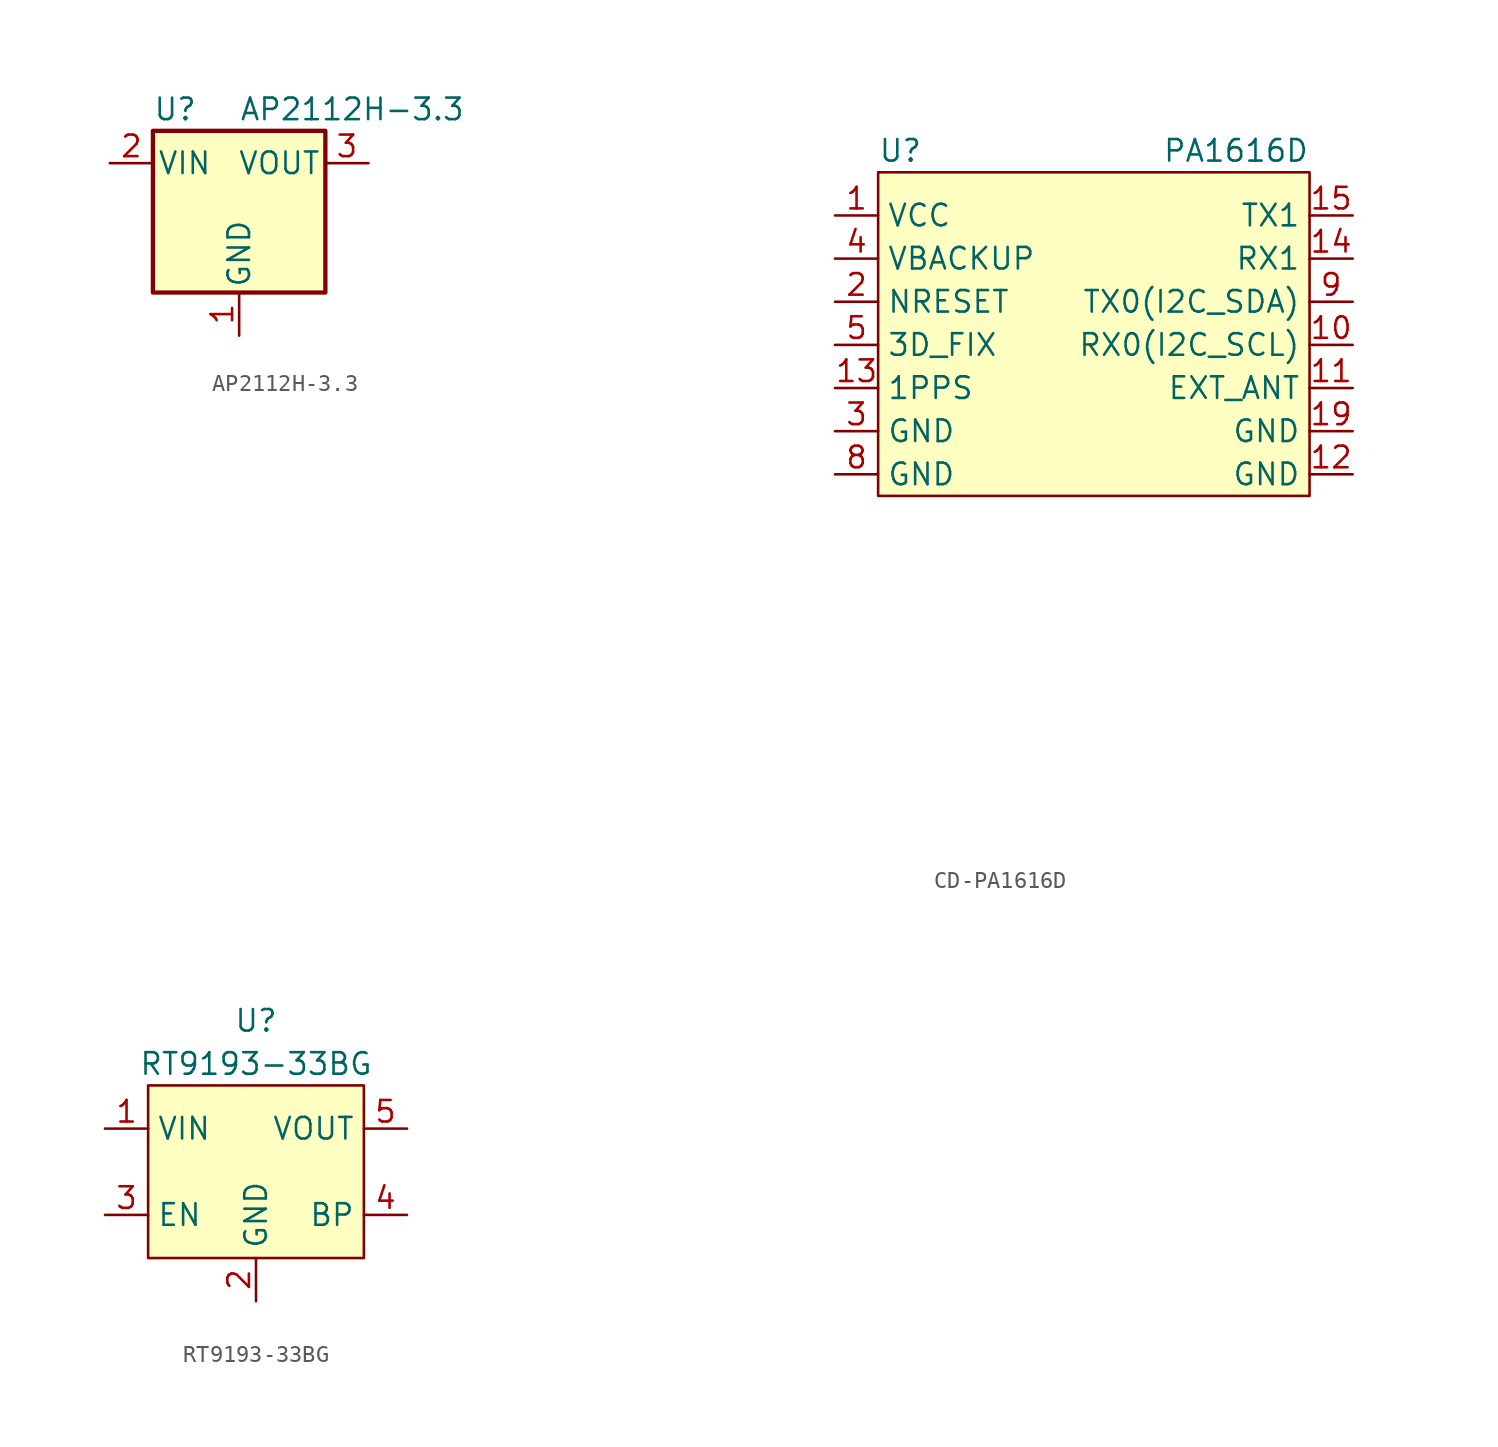
<source format=kicad_sym>
(kicad_symbol_lib
  (version 20220914)
  (generator kicad_symbol_editor)
  (symbol "AP2112H-3.3"
    (pin_names
      (offset 0.254))
    (property "Reference" "U"
      (at -5.08 5.715 0)
      (effects (font (size 1.27 1.27)) (justify left)))
    (property "Value" "AP2112H-3.3"
      (at 0 5.715 0)
      (effects (font (size 1.27 1.27)) (justify left)))
    (symbol "AP2112H-3.3_0_1"
      (rectangle (start -5.08 4.445) (end 5.08 -5.08) (stroke (width 0.254) (type default)) (fill (type background))))
    (symbol "AP2112H-3.3_1_1"
      (pin power_in line (at 0 -7.62 90) (length 2.54) (name "GND" (effects (font (size 1.27 1.27)))) (number "1" (effects (font (size 1.27 1.27)))))
      (pin power_in line (at -7.62 2.54 0) (length 2.54) (name "VIN" (effects (font (size 1.27 1.27)))) (number "2" (effects (font (size 1.27 1.27)))))
      (pin power_out line (at 7.62 2.54 180) (length 2.54) (name "VOUT" (effects (font (size 1.27 1.27)))) (number "3" (effects (font (size 1.27 1.27)))))
      (pin no_connect line (at 5.08 0 180) (length 2.54) hide (name "NC" (effects (font (size 1.27 1.27)))) (number "4" (effects (font (size 1.27 1.27)))))))
  (symbol "CD-PA1616D"
    (property "Reference" "U"
      (at -12.7 11.43 0)
      (effects (font (size 1.27 1.27)) (justify left)))
    (property "Value" "PA1616D"
      (at 12.7 11.43 0)
      (effects (font (size 1.27 1.27)) (justify right)))
    (symbol "CD-PA1616D_0_1"
      (rectangle (start -12.7 10.16) (end 12.7 -8.89) (stroke (width 0) (type default)) (fill (type background))))
    (symbol "CD-PA1616D_1_0"
      (pin power_in line (at 15.24 -7.62 180) (length 2.54) (name "GND" (effects (font (size 1.27 1.27)))) (number "12" (effects (font (size 1.27 1.27)))))
      (pin power_in line (at 15.24 -5.08 180) (length 2.54) (name "GND" (effects (font (size 1.27 1.27)))) (number "19" (effects (font (size 1.27 1.27)))))
      (pin power_in line (at -15.24 -5.08 0) (length 2.54) (name "GND" (effects (font (size 1.27 1.27)))) (number "3" (effects (font (size 1.27 1.27)))))
      (pin power_in line (at -15.24 -7.62 0) (length 2.54) (name "GND" (effects (font (size 1.27 1.27)))) (number "8" (effects (font (size 1.27 1.27))))))
    (symbol "CD-PA1616D_1_1"
      (pin power_in line (at -15.24 7.62 0) (length 2.54) (name "VCC" (effects (font (size 1.27 1.27)))) (number "1" (effects (font (size 1.27 1.27)))))
      (pin input line (at 15.24 0 180) (length 2.54) (name "RX0(I2C_SCL)" (effects (font (size 1.27 1.27)))) (number "10" (effects (font (size 1.27 1.27)))))
      (pin bidirectional line (at 15.24 -2.54 180) (length 2.54) (name "EXT_ANT" (effects (font (size 1.27 1.27)))) (number "11" (effects (font (size 1.27 1.27)))))
      (pin output line (at -15.24 -2.54 0) (length 2.54) (name "1PPS" (effects (font (size 1.27 1.27)))) (number "13" (effects (font (size 1.27 1.27)))))
      (pin input line (at 15.24 5.08 180) (length 2.54) (name "RX1" (effects (font (size 1.27 1.27)))) (number "14" (effects (font (size 1.27 1.27)))))
      (pin output line (at 15.24 7.62 180) (length 2.54) (name "TX1" (effects (font (size 1.27 1.27)))) (number "15" (effects (font (size 1.27 1.27)))))
      (pin no_connect line (at -26.67 -19.05 0) (length 2.54) hide (name "NC" (effects (font (size 1.27 1.27)))) (number "16" (effects (font (size 1.27 1.27)))))
      (pin no_connect line (at -26.67 -21.59 0) (length 2.54) hide (name "NC" (effects (font (size 1.27 1.27)))) (number "17" (effects (font (size 1.27 1.27)))))
      (pin no_connect line (at -26.67 -24.13 0) (length 2.54) hide (name "NC" (effects (font (size 1.27 1.27)))) (number "18" (effects (font (size 1.27 1.27)))))
      (pin output line (at -15.24 2.54 0) (length 2.54) (name "NRESET" (effects (font (size 1.27 1.27)))) (number "2" (effects (font (size 1.27 1.27)))))
      (pin no_connect line (at -26.67 -26.67 0) (length 2.54) hide (name "NC" (effects (font (size 1.27 1.27)))) (number "20" (effects (font (size 1.27 1.27)))))
      (pin power_in line (at -15.24 5.08 0) (length 2.54) (name "VBACKUP" (effects (font (size 1.27 1.27)))) (number "4" (effects (font (size 1.27 1.27)))))
      (pin output line (at -15.24 0 0) (length 2.54) (name "3D_FIX" (effects (font (size 1.27 1.27)))) (number "5" (effects (font (size 1.27 1.27)))))
      (pin no_connect line (at -26.67 -13.97 0) (length 2.54) hide (name "NC" (effects (font (size 1.27 1.27)))) (number "6" (effects (font (size 1.27 1.27)))))
      (pin no_connect line (at -26.67 -16.51 0) (length 2.54) hide (name "NC" (effects (font (size 1.27 1.27)))) (number "7" (effects (font (size 1.27 1.27)))))
      (pin output line (at 15.24 2.54 180) (length 2.54) (name "TX0(I2C_SDA)" (effects (font (size 1.27 1.27)))) (number "9" (effects (font (size 1.27 1.27)))))))
  (symbol "RT9193-33BG"
    (property "Reference" "U"
      (at 0 8.89 0)
      (effects (font (size 1.27 1.27))))
    (property "Value" "RT9193-33BG"
      (at 0 6.35 0)
      (effects (font (size 1.27 1.27))))
    (symbol "RT9193-33BG_0_0"
      (pin power_in line (at -8.89 2.54 0) (length 2.54) (name "VIN" (effects (font (size 1.27 1.27)))) (number "1" (effects (font (size 1.27 1.27)))))
      (pin power_in line (at 0 -7.62 90) (length 2.54) (name "GND" (effects (font (size 1.27 1.27)))) (number "2" (effects (font (size 1.27 1.27)))))
      (pin input line (at -8.89 -2.54 0) (length 2.54) (name "EN" (effects (font (size 1.27 1.27)))) (number "3" (effects (font (size 1.27 1.27)))))
      (pin output line (at 8.89 -2.54 180) (length 2.54) (name "BP" (effects (font (size 1.27 1.27)))) (number "4" (effects (font (size 1.27 1.27)))))
      (pin power_out line (at 8.89 2.54 180) (length 2.54) (name "VOUT" (effects (font (size 1.27 1.27)))) (number "5" (effects (font (size 1.27 1.27))))))
    (symbol "RT9193-33BG_0_1"
      (rectangle (start -6.35 5.08) (end 6.35 -5.08) (stroke (width 0) (type default)) (fill (type background))))))
</source>
